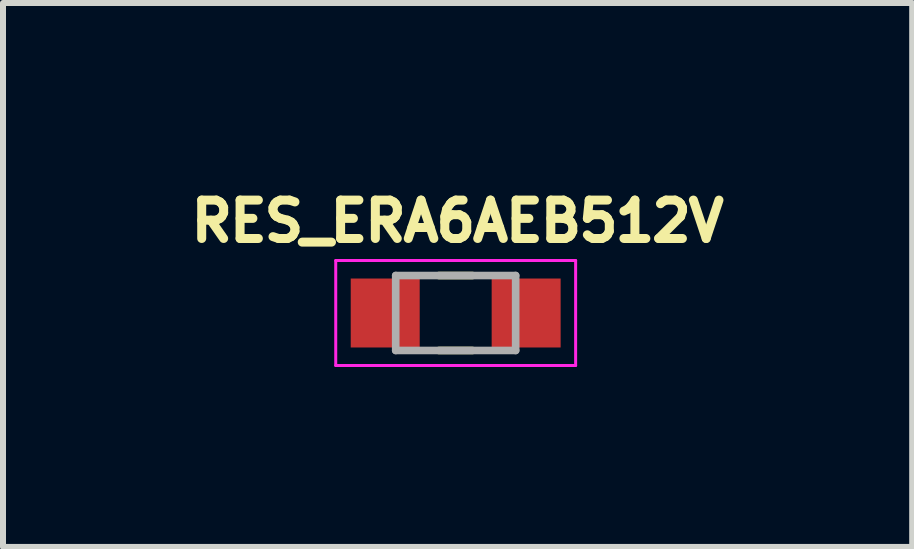
<source format=kicad_pcb>
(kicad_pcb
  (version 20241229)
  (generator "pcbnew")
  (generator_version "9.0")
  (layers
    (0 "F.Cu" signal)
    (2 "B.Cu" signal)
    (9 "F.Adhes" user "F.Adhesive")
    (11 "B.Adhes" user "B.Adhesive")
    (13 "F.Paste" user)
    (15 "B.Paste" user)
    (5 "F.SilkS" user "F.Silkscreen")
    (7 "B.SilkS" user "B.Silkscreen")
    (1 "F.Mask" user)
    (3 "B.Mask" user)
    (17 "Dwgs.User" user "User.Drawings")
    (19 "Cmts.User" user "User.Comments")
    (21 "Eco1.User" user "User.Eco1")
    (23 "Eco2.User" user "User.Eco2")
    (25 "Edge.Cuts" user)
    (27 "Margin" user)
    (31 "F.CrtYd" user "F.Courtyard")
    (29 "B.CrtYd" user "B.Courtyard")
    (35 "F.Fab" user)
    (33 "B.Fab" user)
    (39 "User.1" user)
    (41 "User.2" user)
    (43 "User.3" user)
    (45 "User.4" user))
  (footprint "RES_ERA6AEB512V"
    (layer "F.Cu")
    (at 4.548 2.169)
    (property "Reference" "RES_ERA6AEB512V" (at 0.032 -1.531 0) (layer "F.SilkS") (effects (font (size 0.64 0.64) (thickness 0.15))))
    (attr smd)
    (fp_line (start -0.28 -0.625) (end 0.28 -0.625) (stroke (width 0.127) (type solid)) (layer "F.SilkS"))
    (fp_line (start -0.28 0.625) (end 0.28 0.625) (stroke (width 0.127) (type solid)) (layer "F.SilkS"))
    (fp_line (start -2 -0.875) (end -2 0.875) (stroke (width 0.05) (type solid)) (layer "F.CrtYd"))
    (fp_line (start -2 0.875) (end 2 0.875) (stroke (width 0.05) (type solid)) (layer "F.CrtYd"))
    (fp_line (start 2 -0.875) (end -2 -0.875) (stroke (width 0.05) (type solid)) (layer "F.CrtYd"))
    (fp_line (start 2 0.875) (end 2 -0.875) (stroke (width 0.05) (type solid)) (layer "F.CrtYd"))
    (fp_line (start -1 -0.625) (end -1 0.625) (stroke (width 0.127) (type solid)) (layer "F.Fab"))
    (fp_line (start -1 -0.625) (end 1 -0.625) (stroke (width 0.127) (type solid)) (layer "F.Fab"))
    (fp_line (start -1 0.625) (end 1 0.625) (stroke (width 0.127) (type solid)) (layer "F.Fab"))
    (fp_line (start 1 -0.625) (end 1 0.625) (stroke (width 0.127) (type solid)) (layer "F.Fab"))
    (pad "1" smd rect (at -1.175 0) (size 1.15 1.15) (layers "F.Cu" "F.Mask" "F.Paste"))
    (pad "2" smd rect (at 1.175 0) (size 1.15 1.15) (layers "F.Cu" "F.Mask" "F.Paste")))
  (gr_rect
    (start -3 -3)
    (end 12.16 6.069)
    (stroke (width 0.1) (type default))
    (fill no)
    (layer "Edge.Cuts")))
</source>
